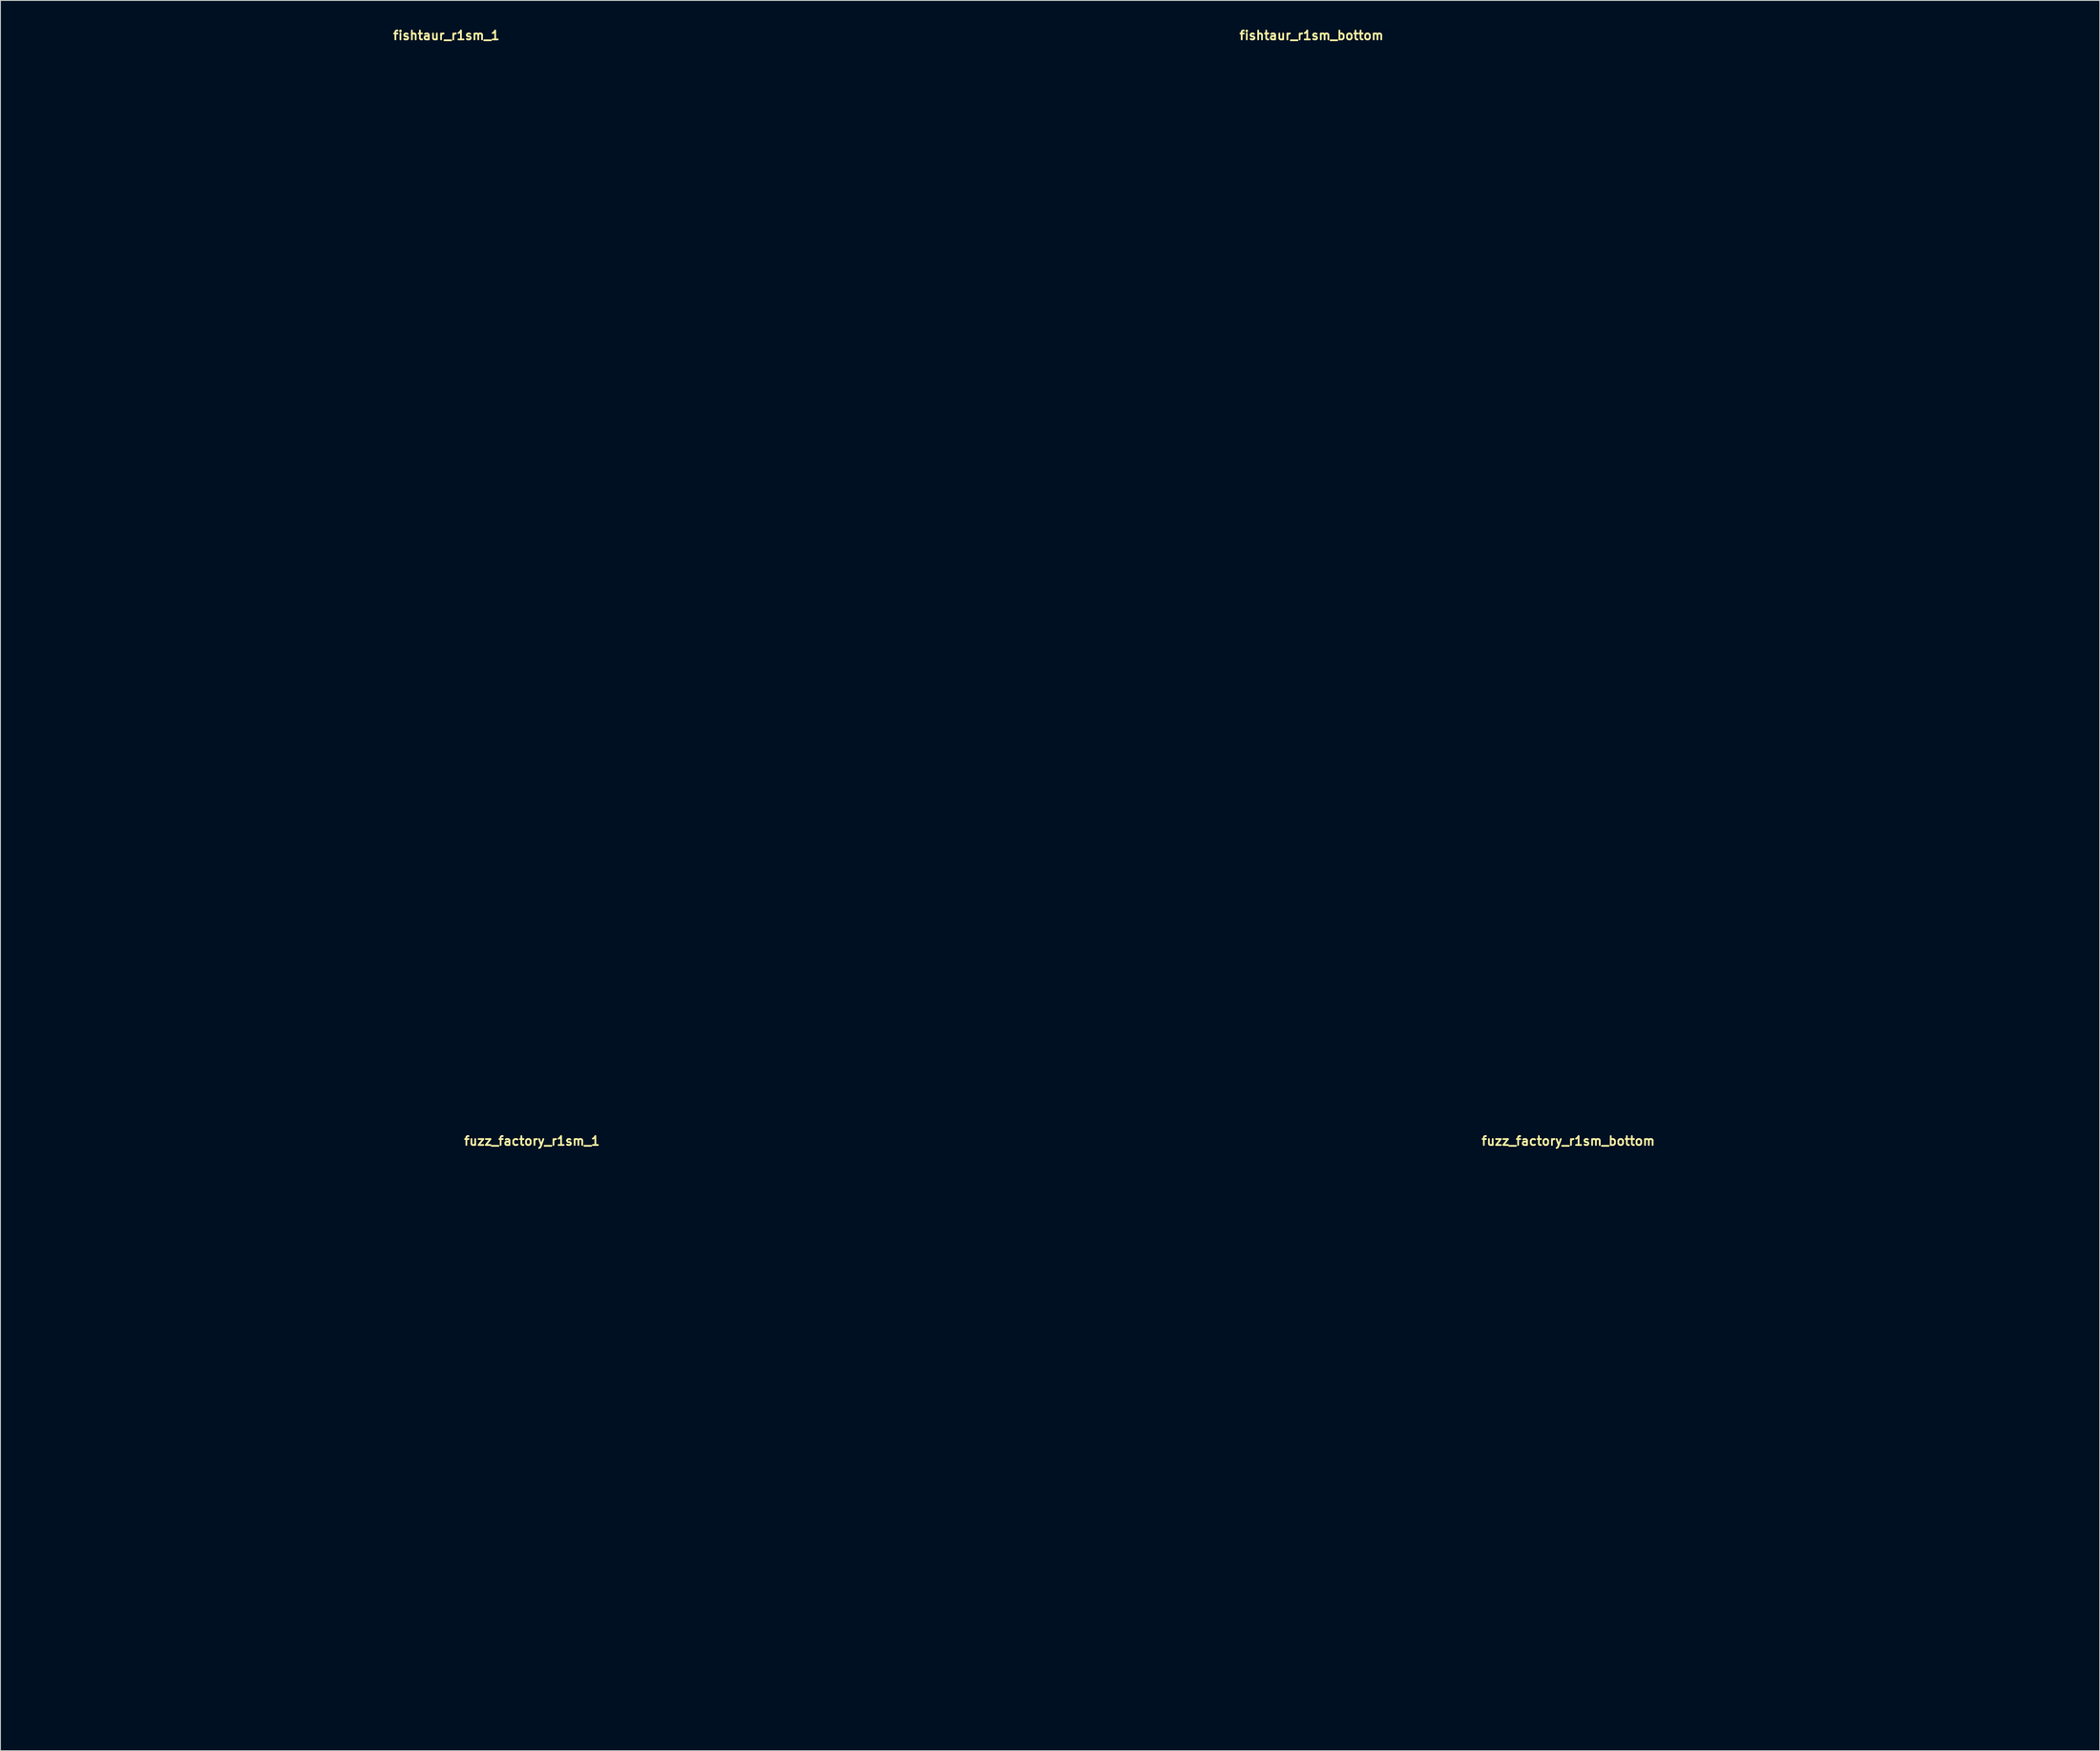
<source format=kicad_pcb>
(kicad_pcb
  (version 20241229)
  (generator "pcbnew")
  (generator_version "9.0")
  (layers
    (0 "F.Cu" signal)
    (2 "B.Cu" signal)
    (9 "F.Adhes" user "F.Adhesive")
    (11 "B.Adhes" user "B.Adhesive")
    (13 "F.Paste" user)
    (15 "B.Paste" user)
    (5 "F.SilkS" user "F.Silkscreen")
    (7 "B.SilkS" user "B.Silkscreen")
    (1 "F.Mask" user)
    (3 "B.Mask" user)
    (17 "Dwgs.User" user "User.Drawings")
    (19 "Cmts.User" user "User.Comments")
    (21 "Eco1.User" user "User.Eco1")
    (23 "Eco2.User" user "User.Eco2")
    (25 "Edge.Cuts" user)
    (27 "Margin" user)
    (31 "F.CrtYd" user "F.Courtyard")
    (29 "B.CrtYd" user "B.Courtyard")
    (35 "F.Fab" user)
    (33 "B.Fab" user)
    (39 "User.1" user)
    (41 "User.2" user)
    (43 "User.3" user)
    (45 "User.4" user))
  (footprint "fuzz_factory_r1sm_bottom"
    (layer "F.Cu")
    (at 173.505 158.548)
    (property "Reference" "fuzz_factory_r1sm_bottom" (at 0 -33.147 0) (layer "F.SilkS") (effects (font (size 1 1) (thickness 0.2))))
    (attr through_hole)
    (fp_line (start -56.635 -32.3) (end -56.635 32.3) (stroke (width 0.4) (type solid)) (layer "Eco1.User"))
    (fp_line (start -56.635 -32.3) (end 56.635 -32.3) (stroke (width 0.4) (type solid)) (layer "Eco1.User"))
    (fp_line (start -56.635 -31.3) (end 56.635 -31.3) (stroke (width 0.4) (type solid)) (layer "Eco1.User"))
    (fp_line (start -56.635 31.3) (end 56.635 31.3) (stroke (width 0.4) (type solid)) (layer "Eco1.User"))
    (fp_line (start -56.635 32.3) (end 56.635 32.3) (stroke (width 0.4) (type solid)) (layer "Eco1.User"))
    (fp_line (start -55.635 -31.3) (end -55.635 31.3) (stroke (width 0.4) (type solid)) (layer "Eco1.User"))
    (fp_line (start 55.635 -31.3) (end 55.635 31.3) (stroke (width 0.4) (type solid)) (layer "Eco1.User"))
    (fp_line (start 56.635 -32.3) (end 56.635 32.3) (stroke (width 0.4) (type solid)) (layer "Eco1.User"))
    (fp_circle (center -43.18 -18.89) (end -39.58 -18.89) (stroke (width 0.4) (type solid)) (fill no) (layer "Eco1.User"))
    (fp_circle (center -43.18 -11.39) (end -42.08 -11.39) (stroke (width 0.4) (type solid)) (fill no) (layer "Eco1.User"))
    (fp_circle (center -21.59 -18.89) (end -17.99 -18.89) (stroke (width 0.4) (type solid)) (fill no) (layer "Eco1.User"))
    (fp_circle (center -21.59 -11.39) (end -20.49 -11.39) (stroke (width 0.4) (type solid)) (fill no) (layer "Eco1.User"))
    (fp_circle (center 0 -18.89) (end 3.6 -18.89) (stroke (width 0.4) (type solid)) (fill no) (layer "Eco1.User"))
    (fp_circle (center 0 -11.39) (end 1.1 -11.39) (stroke (width 0.4) (type solid)) (fill no) (layer "Eco1.User"))
    (fp_circle (center 0 20.32) (end 6 20.32) (stroke (width 0.4) (type solid)) (fill no) (layer "Eco1.User"))
    (fp_circle (center 21.59 -18.89) (end 25.19 -18.89) (stroke (width 0.4) (type solid)) (fill no) (layer "Eco1.User"))
    (fp_circle (center 21.59 -11.39) (end 22.69 -11.39) (stroke (width 0.4) (type solid)) (fill no) (layer "Eco1.User"))
    (fp_circle (center 43.18 -18.89) (end 46.78 -18.89) (stroke (width 0.4) (type solid)) (fill no) (layer "Eco1.User"))
    (fp_circle (center 43.18 -11.39) (end 44.28 -11.39) (stroke (width 0.4) (type solid)) (fill no) (layer "Eco1.User"))
    (fp_circle (center 43.18 -1.27) (end 45.83 -1.27) (stroke (width 0.4) (type solid)) (fill no) (layer "Eco1.User")))
  (footprint "fishtaur_r1sm_bottom"
    (layer "F.Cu")
    (at 144.6 61.515)
    (property "Reference" "fishtaur_r1sm_bottom" (at 0 -60.579 0) (layer "F.SilkS") (effects (font (size 1 1) (thickness 0.2))))
    (attr through_hole)
    (fp_line (start -47 -56.65) (end -47 56.65) (stroke (width 0.4) (type solid)) (layer "Eco1.User"))
    (fp_line (start -43.9 -59.75) (end 43.9 -59.75) (stroke (width 0.4) (type solid)) (layer "Eco1.User"))
    (fp_line (start -43.9 59.75) (end 43.9 59.75) (stroke (width 0.4) (type solid)) (layer "Eco1.User"))
    (fp_line (start 47 -56.65) (end 47 56.65) (stroke (width 0.4) (type solid)) (layer "Eco1.User"))
    (fp_arc (start -47 -56.65) (mid -46.092031 -58.842031) (end -43.9 -59.75) (stroke (width 0.4) (type solid)) (layer "Eco1.User"))
    (fp_arc (start -43.9 59.75) (mid -46.092031 58.842031) (end -47 56.65) (stroke (width 0.4) (type solid)) (layer "Eco1.User"))
    (fp_arc (start 43.9 -59.75) (mid 46.092031 -58.842031) (end 47 -56.65) (stroke (width 0.4) (type solid)) (layer "Eco1.User"))
    (fp_arc (start 47 56.65) (mid 46.092031 58.842031) (end 43.9 59.75) (stroke (width 0.4) (type solid)) (layer "Eco1.User"))
    (fp_circle (center -38.6 -51.35) (end -37.1 -51.35) (stroke (width 0.4) (type solid)) (fill no) (layer "Eco1.User"))
    (fp_circle (center -38.6 51.35) (end -37.1 51.35) (stroke (width 0.4) (type solid)) (fill no) (layer "Eco1.User"))
    (fp_circle (center -33.02 -31.55) (end -29.42 -31.55) (stroke (width 0.4) (type solid)) (fill no) (layer "Eco1.User"))
    (fp_circle (center -29.21 -52.07) (end -27.71 -52.07) (stroke (width 0.4) (type solid)) (fill no) (layer "Eco1.User"))
    (fp_circle (center -8.89 -52.07) (end -7.39 -52.07) (stroke (width 0.4) (type solid)) (fill no) (layer "Eco1.User"))
    (fp_circle (center 0 -31.55) (end 3.6 -31.55) (stroke (width 0.4) (type solid)) (fill no) (layer "Eco1.User"))
    (fp_circle (center 0 13.97) (end 2.65 13.97) (stroke (width 0.4) (type solid)) (fill no) (layer "Eco1.User"))
    (fp_circle (center 0 29.21) (end 6 29.21) (stroke (width 0.4) (type solid)) (fill no) (layer "Eco1.User"))
    (fp_circle (center 8.89 -52.07) (end 10.39 -52.07) (stroke (width 0.4) (type solid)) (fill no) (layer "Eco1.User"))
    (fp_circle (center 29.21 -52.07) (end 30.71 -52.07) (stroke (width 0.4) (type solid)) (fill no) (layer "Eco1.User"))
    (fp_circle (center 33.02 -31.55) (end 36.62 -31.55) (stroke (width 0.4) (type solid)) (fill no) (layer "Eco1.User"))
    (fp_circle (center 38.6 -51.35) (end 40.1 -51.35) (stroke (width 0.4) (type solid)) (fill no) (layer "Eco1.User"))
    (fp_circle (center 38.6 51.35) (end 40.1 51.35) (stroke (width 0.4) (type solid)) (fill no) (layer "Eco1.User")))
  (footprint "fishtaur_r1sm_1"
    (layer "F.Cu")
    (at 47.2 61.515)
    (property "Reference" "fishtaur_r1sm_1" (at 0 -60.579 0) (layer "F.SilkS") (effects (font (size 1 1) (thickness 0.2))))
    (attr through_hole)
    (fp_line (start -47 -56.65) (end -47 56.65) (stroke (width 0.4) (type solid)) (layer "Eco1.User"))
    (fp_line (start -43.9 -59.75) (end 43.9 -59.75) (stroke (width 0.4) (type solid)) (layer "Eco1.User"))
    (fp_line (start -43.9 59.75) (end 43.9 59.75) (stroke (width 0.4) (type solid)) (layer "Eco1.User"))
    (fp_line (start 47 -56.65) (end 47 56.65) (stroke (width 0.4) (type solid)) (layer "Eco1.User"))
    (fp_arc (start -47 -56.65) (mid -46.092031 -58.842031) (end -43.9 -59.75) (stroke (width 0.4) (type solid)) (layer "Eco1.User"))
    (fp_arc (start -43.9 59.75) (mid -46.092031 58.842031) (end -47 56.65) (stroke (width 0.4) (type solid)) (layer "Eco1.User"))
    (fp_arc (start 43.9 -59.75) (mid 46.092031 -58.842031) (end 47 -56.65) (stroke (width 0.4) (type solid)) (layer "Eco1.User"))
    (fp_arc (start 47 56.65) (mid 46.092031 58.842031) (end 43.9 59.75) (stroke (width 0.4) (type solid)) (layer "Eco1.User"))
    (fp_circle (center -38.6 -51.35) (end -37.1 -51.35) (stroke (width 0.4) (type solid)) (fill no) (layer "Eco1.User"))
    (fp_circle (center -38.6 -51.35) (end -35.1 -51.35) (stroke (width 0.4) (type solid)) (fill no) (layer "Eco1.User"))
    (fp_circle (center -38.6 51.35) (end -37.1 51.35) (stroke (width 0.4) (type solid)) (fill no) (layer "Eco1.User"))
    (fp_circle (center -38.6 51.35) (end -35.1 51.35) (stroke (width 0.4) (type solid)) (fill no) (layer "Eco1.User"))
    (fp_circle (center -33.02 -31.55) (end -29.42 -31.55) (stroke (width 0.4) (type solid)) (fill no) (layer "Eco1.User"))
    (fp_circle (center -33.02 -31.55) (end -23.52 -31.55) (stroke (width 0.4) (type solid)) (fill no) (layer "Eco1.User"))
    (fp_circle (center -29.21 -52.07) (end -27.71 -52.07) (stroke (width 0.4) (type solid)) (fill no) (layer "Eco1.User"))
    (fp_circle (center -29.21 -52.07) (end -25.71 -52.07) (stroke (width 0.4) (type solid)) (fill no) (layer "Eco1.User"))
    (fp_circle (center -8.89 -52.07) (end -7.39 -52.07) (stroke (width 0.4) (type solid)) (fill no) (layer "Eco1.User"))
    (fp_circle (center -8.89 -52.07) (end -5.39 -52.07) (stroke (width 0.4) (type solid)) (fill no) (layer "Eco1.User"))
    (fp_circle (center 0 -31.55) (end 3.6 -31.55) (stroke (width 0.4) (type solid)) (fill no) (layer "Eco1.User"))
    (fp_circle (center 0 -31.55) (end 9.5 -31.55) (stroke (width 0.4) (type solid)) (fill no) (layer "Eco1.User"))
    (fp_circle (center 0 13.97) (end 2.65 13.97) (stroke (width 0.4) (type solid)) (fill no) (layer "Eco1.User"))
    (fp_circle (center 0 29.21) (end 6 29.21) (stroke (width 0.4) (type solid)) (fill no) (layer "Eco1.User"))
    (fp_circle (center 0 29.21) (end 9.75 29.21) (stroke (width 0.4) (type solid)) (fill no) (layer "Eco1.User"))
    (fp_circle (center 8.89 -52.07) (end 10.39 -52.07) (stroke (width 0.4) (type solid)) (fill no) (layer "Eco1.User"))
    (fp_circle (center 8.89 -52.07) (end 12.39 -52.07) (stroke (width 0.4) (type solid)) (fill no) (layer "Eco1.User"))
    (fp_circle (center 29.21 -52.07) (end 30.71 -52.07) (stroke (width 0.4) (type solid)) (fill no) (layer "Eco1.User"))
    (fp_circle (center 29.21 -52.07) (end 32.71 -52.07) (stroke (width 0.4) (type solid)) (fill no) (layer "Eco1.User"))
    (fp_circle (center 33.02 -31.55) (end 36.62 -31.55) (stroke (width 0.4) (type solid)) (fill no) (layer "Eco1.User"))
    (fp_circle (center 33.02 -31.55) (end 42.52 -31.55) (stroke (width 0.4) (type solid)) (fill no) (layer "Eco1.User"))
    (fp_circle (center 38.6 -51.35) (end 40.1 -51.35) (stroke (width 0.4) (type solid)) (fill no) (layer "Eco1.User"))
    (fp_circle (center 38.6 -51.35) (end 42.1 -51.35) (stroke (width 0.4) (type solid)) (fill no) (layer "Eco1.User"))
    (fp_circle (center 38.6 51.35) (end 40.1 51.35) (stroke (width 0.4) (type solid)) (fill no) (layer "Eco1.User"))
    (fp_circle (center 38.6 51.35) (end 42.1 51.35) (stroke (width 0.4) (type solid)) (fill no) (layer "Eco1.User")))
  (footprint "fuzz_factory_r1sm_1"
    (layer "F.Cu")
    (at 56.835 158.548)
    (property "Reference" "fuzz_factory_r1sm_1" (at 0 -33.147 0) (layer "F.SilkS") (effects (font (size 1 1) (thickness 0.2))))
    (attr through_hole)
    (fp_line (start -56.635 -32.3) (end -56.635 32.3) (stroke (width 0.4) (type solid)) (layer "Eco1.User"))
    (fp_line (start -56.635 -32.3) (end 56.635 -32.3) (stroke (width 0.4) (type solid)) (layer "Eco1.User"))
    (fp_line (start -56.635 32.3) (end 56.635 32.3) (stroke (width 0.4) (type solid)) (layer "Eco1.User"))
    (fp_line (start -54.635 -30.3) (end -54.635 30.3) (stroke (width 0.2) (type solid)) (layer "Eco1.User"))
    (fp_line (start -54.635 -30.3) (end 54.635 -30.3) (stroke (width 0.2) (type solid)) (layer "Eco1.User"))
    (fp_line (start -54.635 30.3) (end 54.635 30.3) (stroke (width 0.2) (type solid)) (layer "Eco1.User"))
    (fp_line (start 54.635 -30.3) (end 54.635 30.3) (stroke (width 0.2) (type solid)) (layer "Eco1.User"))
    (fp_line (start 56.635 -32.3) (end 56.635 32.3) (stroke (width 0.4) (type solid)) (layer "Eco1.User"))
    (fp_circle (center -43.18 -18.89) (end -39.58 -18.89) (stroke (width 0.4) (type solid)) (fill no) (layer "Eco1.User"))
    (fp_circle (center -43.18 -18.89) (end -33.08 -18.89) (stroke (width 0.4) (type solid)) (fill no) (layer "Eco1.User"))
    (fp_circle (center -43.18 -1.27) (end -40.53 -1.27) (stroke (width 0.4) (type solid)) (fill no) (layer "Eco1.User"))
    (fp_circle (center -21.59 -18.89) (end -17.99 -18.89) (stroke (width 0.4) (type solid)) (fill no) (layer "Eco1.User"))
    (fp_circle (center -21.59 -18.89) (end -11.49 -18.89) (stroke (width 0.4) (type solid)) (fill no) (layer "Eco1.User"))
    (fp_circle (center 0 -18.89) (end 3.6 -18.89) (stroke (width 0.4) (type solid)) (fill no) (layer "Eco1.User"))
    (fp_circle (center 0 -18.89) (end 10.1 -18.89) (stroke (width 0.4) (type solid)) (fill no) (layer "Eco1.User"))
    (fp_circle (center 0 20.32) (end 6 20.32) (stroke (width 0.4) (type solid)) (fill no) (layer "Eco1.User"))
    (fp_circle (center 0 20.32) (end 9.75 20.32) (stroke (width 0.4) (type solid)) (fill no) (layer "Eco1.User"))
    (fp_circle (center 21.59 -18.89) (end 25.19 -18.89) (stroke (width 0.4) (type solid)) (fill no) (layer "Eco1.User"))
    (fp_circle (center 21.59 -18.89) (end 31.69 -18.89) (stroke (width 0.4) (type solid)) (fill no) (layer "Eco1.User"))
    (fp_circle (center 43.18 -18.89) (end 46.78 -18.89) (stroke (width 0.4) (type solid)) (fill no) (layer "Eco1.User"))
    (fp_circle (center 43.18 -18.89) (end 53.28 -18.89) (stroke (width 0.4) (type solid)) (fill no) (layer "Eco1.User"))
    (fp_line (start -56.635 -32.3) (end -56.635 32.3) (stroke (width 0.4) (type solid)) (layer "Eco2.User"))
    (fp_line (start -56.635 -32.3) (end 56.635 -32.3) (stroke (width 0.4) (type solid)) (layer "Eco2.User"))
    (fp_line (start -56.635 32.3) (end 56.635 32.3) (stroke (width 0.4) (type solid)) (layer "Eco2.User"))
    (fp_line (start 56.635 -32.3) (end 56.635 32.3) (stroke (width 0.4) (type solid)) (layer "Eco2.User"))
    (fp_text user "STAB" (at 43.18 -6.985 0) (unlocked yes) (layer "Eco2.User") (effects (font (size 3 3) (thickness 0.5))))
    (fp_text user "-ТТКРЧПДЛ-\nFUZZ FACTORY\nREV. 1SM" (at 0 3.175 0) (unlocked yes) (layer "Eco2.User") (effects (font (size 3 3) (thickness 0.5))))
    (fp_text user "COMP" (at 0 -6.985 0) (unlocked yes) (layer "Eco2.User") (effects (font (size 3 3) (thickness 0.5))))
    (fp_text user "←OUT" (at -53.975 13.335 0) (unlocked yes) (layer "Eco2.User") (effects (font (size 3 3) (thickness 0.5)) (justify left)))
    (fp_text user "VOL" (at -43.18 -6.985 0) (unlocked yes) (layer "Eco2.User") (effects (font (size 3 3) (thickness 0.5))))
    (fp_text user "DRIVE" (at 21.59 -6.985 0) (unlocked yes) (layer "Eco2.User") (effects (font (size 3 3) (thickness 0.5))))
    (fp_text user "GATE" (at -21.59 -6.985 0) (unlocked yes) (layer "Eco2.User") (effects (font (size 3 3) (thickness 0.5))))
    (fp_text user "IN→" (at 53.975 13.335 0) (unlocked yes) (layer "Eco2.User") (effects (font (size 3 3) (thickness 0.5)) (justify right)))
    (fp_text user "9V→" (at 53.975 -1.27 0) (unlocked yes) (layer "Eco2.User") (effects (font (size 3 3) (thickness 0.5)) (justify right))))
  (gr_rect
    (start -3 -3)
    (end 233.34 194.048)
    (stroke (width 0.1) (type default))
    (fill no)
    (layer "Edge.Cuts")))
</source>
